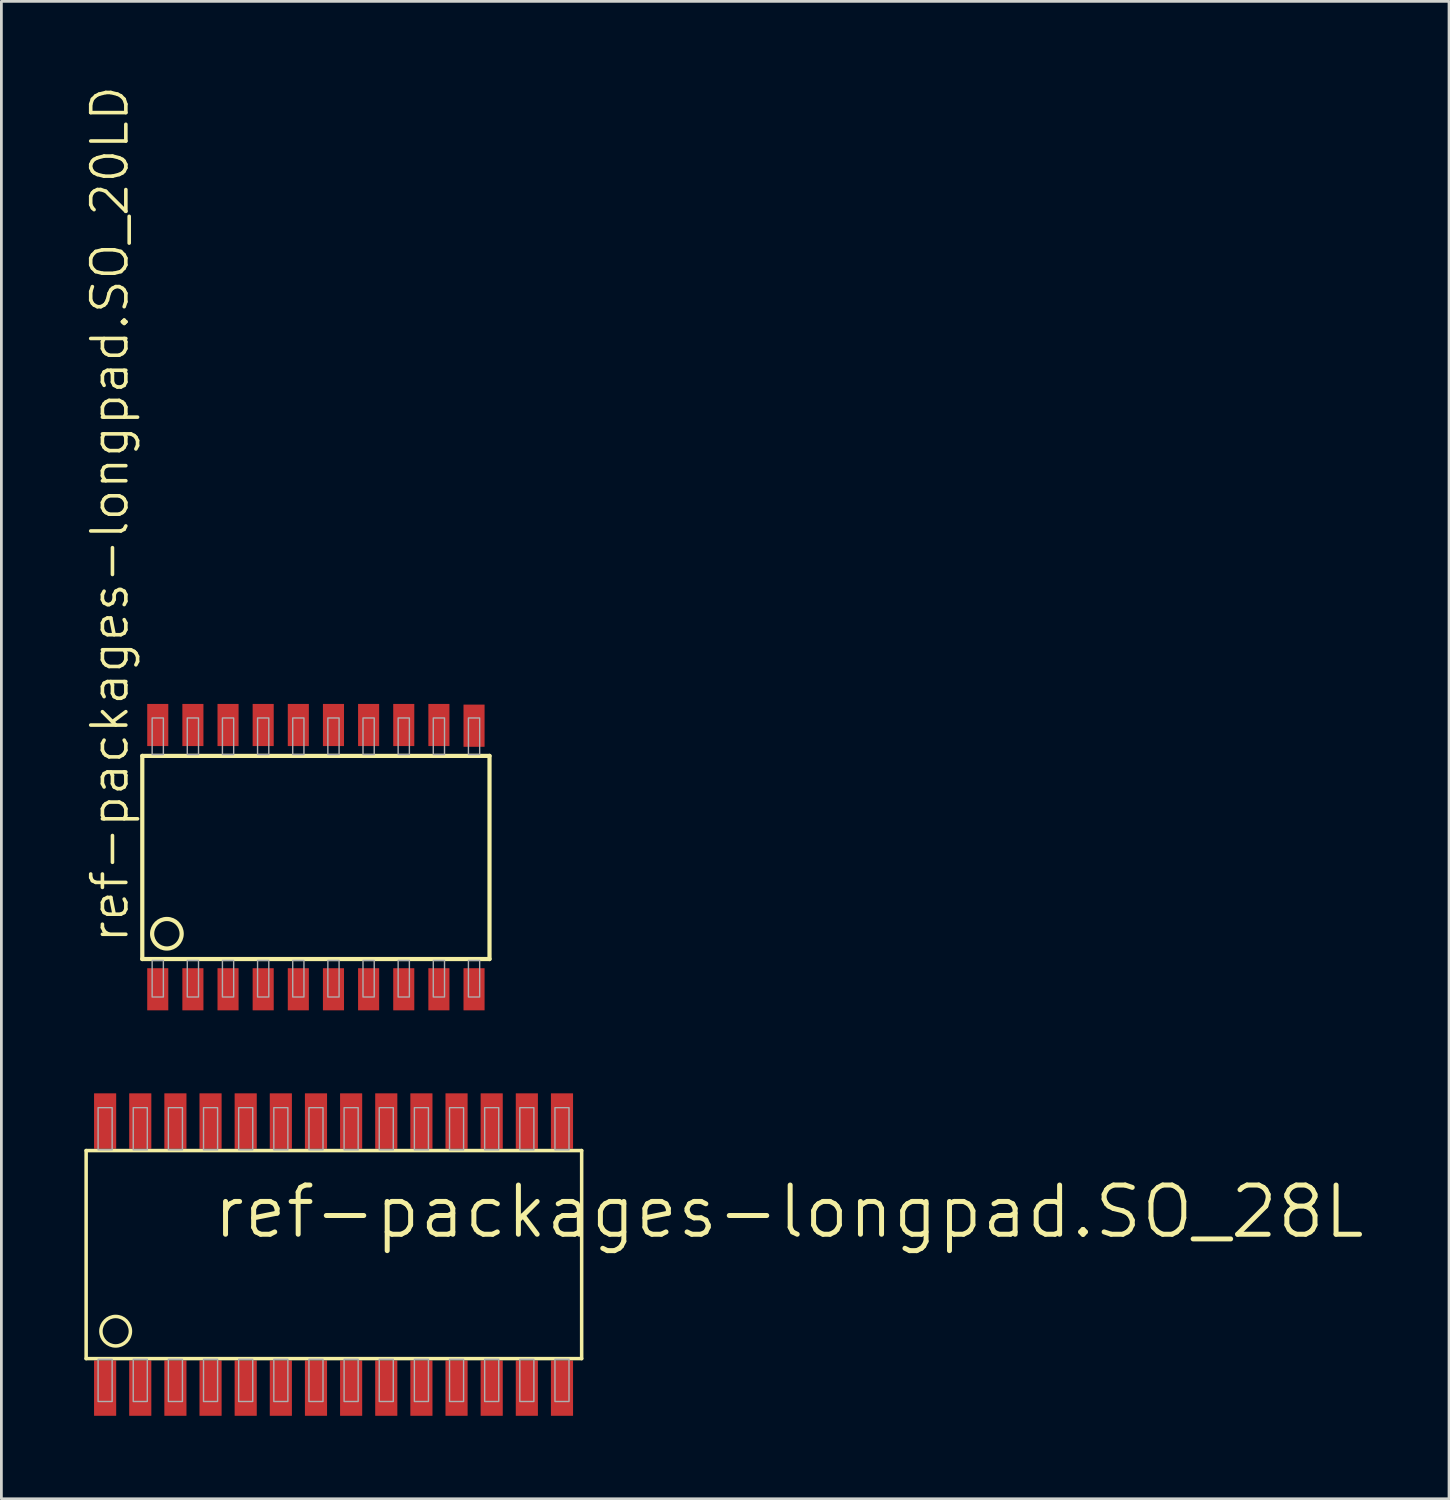
<source format=kicad_pcb>
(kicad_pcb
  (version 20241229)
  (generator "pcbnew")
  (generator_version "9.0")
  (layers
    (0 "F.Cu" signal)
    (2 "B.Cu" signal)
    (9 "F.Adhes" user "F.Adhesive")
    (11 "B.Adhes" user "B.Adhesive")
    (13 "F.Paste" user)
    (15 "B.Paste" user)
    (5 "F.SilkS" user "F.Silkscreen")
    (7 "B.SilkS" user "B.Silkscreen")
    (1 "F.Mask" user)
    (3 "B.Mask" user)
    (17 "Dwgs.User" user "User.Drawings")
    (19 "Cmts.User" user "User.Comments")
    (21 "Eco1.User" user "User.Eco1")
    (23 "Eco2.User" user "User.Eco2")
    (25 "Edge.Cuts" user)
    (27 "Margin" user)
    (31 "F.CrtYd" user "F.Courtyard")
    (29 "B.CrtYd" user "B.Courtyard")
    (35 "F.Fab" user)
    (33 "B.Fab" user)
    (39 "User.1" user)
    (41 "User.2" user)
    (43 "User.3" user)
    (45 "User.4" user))
  (footprint "ref-packages-longpad.SO_28L"
    (layer "F.Cu")
    (at 9.004 42.288)
    (property "Reference" "ref-packages-longpad.SO_28L" (at -4.445 -0.508 0) (layer "F.SilkS") (effects (font (size 1.778 1.778) (thickness 0.18)) (justify left bottom)))
    (attr smd)
    (fp_line (start -8.941 -3.759) (end -8.941 3.759) (stroke (width 0.127) (type default)) (layer "F.SilkS"))
    (fp_line (start -8.941 3.759) (end 8.966 3.759) (stroke (width 0.127) (type default)) (layer "F.SilkS"))
    (fp_line (start 8.966 -3.759) (end -8.941 -3.759) (stroke (width 0.127) (type default)) (layer "F.SilkS"))
    (fp_line (start 8.966 3.759) (end 8.966 -3.759) (stroke (width 0.127) (type default)) (layer "F.SilkS"))
    (fp_circle (center -7.874 2.769) (end -7.341 2.769) (stroke (width 0.127) (type default)) (fill no) (layer "F.SilkS"))
    (fp_rect (start -8.509 -3.785) (end -8.001 -5.309) (stroke (width 0.05) (type default)) (fill no) (layer "F.Fab"))
    (fp_rect (start -8.509 5.309) (end -8.001 3.785) (stroke (width 0.05) (type default)) (fill no) (layer "F.Fab"))
    (fp_rect (start -7.239 -3.785) (end -6.731 -5.309) (stroke (width 0.05) (type default)) (fill no) (layer "F.Fab"))
    (fp_rect (start -7.239 5.309) (end -6.731 3.785) (stroke (width 0.05) (type default)) (fill no) (layer "F.Fab"))
    (fp_rect (start -5.969 -3.785) (end -5.461 -5.309) (stroke (width 0.05) (type default)) (fill no) (layer "F.Fab"))
    (fp_rect (start -5.969 5.309) (end -5.461 3.785) (stroke (width 0.05) (type default)) (fill no) (layer "F.Fab"))
    (fp_rect (start -4.699 -3.785) (end -4.191 -5.309) (stroke (width 0.05) (type default)) (fill no) (layer "F.Fab"))
    (fp_rect (start -4.699 5.309) (end -4.191 3.785) (stroke (width 0.05) (type default)) (fill no) (layer "F.Fab"))
    (fp_rect (start -3.429 -3.785) (end -2.921 -5.309) (stroke (width 0.05) (type default)) (fill no) (layer "F.Fab"))
    (fp_rect (start -3.429 5.309) (end -2.921 3.785) (stroke (width 0.05) (type default)) (fill no) (layer "F.Fab"))
    (fp_rect (start -2.159 -3.785) (end -1.651 -5.309) (stroke (width 0.05) (type default)) (fill no) (layer "F.Fab"))
    (fp_rect (start -2.159 5.309) (end -1.651 3.785) (stroke (width 0.05) (type default)) (fill no) (layer "F.Fab"))
    (fp_rect (start -0.889 -3.785) (end -0.381 -5.309) (stroke (width 0.05) (type default)) (fill no) (layer "F.Fab"))
    (fp_rect (start -0.889 5.309) (end -0.381 3.785) (stroke (width 0.05) (type default)) (fill no) (layer "F.Fab"))
    (fp_rect (start 0.381 -3.785) (end 0.889 -5.309) (stroke (width 0.05) (type default)) (fill no) (layer "F.Fab"))
    (fp_rect (start 0.381 5.309) (end 0.889 3.785) (stroke (width 0.05) (type default)) (fill no) (layer "F.Fab"))
    (fp_rect (start 1.651 -3.785) (end 2.159 -5.309) (stroke (width 0.05) (type default)) (fill no) (layer "F.Fab"))
    (fp_rect (start 1.651 5.309) (end 2.159 3.785) (stroke (width 0.05) (type default)) (fill no) (layer "F.Fab"))
    (fp_rect (start 2.921 -3.785) (end 3.429 -5.309) (stroke (width 0.05) (type default)) (fill no) (layer "F.Fab"))
    (fp_rect (start 2.921 5.309) (end 3.429 3.785) (stroke (width 0.05) (type default)) (fill no) (layer "F.Fab"))
    (fp_rect (start 4.191 -3.785) (end 4.699 -5.309) (stroke (width 0.05) (type default)) (fill no) (layer "F.Fab"))
    (fp_rect (start 4.191 5.309) (end 4.699 3.785) (stroke (width 0.05) (type default)) (fill no) (layer "F.Fab"))
    (fp_rect (start 5.461 -3.785) (end 5.969 -5.309) (stroke (width 0.05) (type default)) (fill no) (layer "F.Fab"))
    (fp_rect (start 5.461 5.309) (end 5.969 3.785) (stroke (width 0.05) (type default)) (fill no) (layer "F.Fab"))
    (fp_rect (start 6.731 -3.785) (end 7.239 -5.309) (stroke (width 0.05) (type default)) (fill no) (layer "F.Fab"))
    (fp_rect (start 6.731 5.309) (end 7.239 3.785) (stroke (width 0.05) (type default)) (fill no) (layer "F.Fab"))
    (fp_rect (start 8.001 -3.785) (end 8.509 -5.309) (stroke (width 0.05) (type default)) (fill no) (layer "F.Fab"))
    (fp_rect (start 8.001 5.309) (end 8.509 3.785) (stroke (width 0.05) (type default)) (fill no) (layer "F.Fab"))
    (pad "1" smd roundrect (at -8.255 4.826) (size 0.8 2) (layers "F.Cu" "F.Mask" "F.Paste") (roundrect_rratio 0.01))
    (pad "2" smd roundrect (at -6.985 4.826) (size 0.8 2) (layers "F.Cu" "F.Mask" "F.Paste") (roundrect_rratio 0.01))
    (pad "3" smd roundrect (at -5.715 4.826) (size 0.8 2) (layers "F.Cu" "F.Mask" "F.Paste") (roundrect_rratio 0.01))
    (pad "4" smd roundrect (at -4.445 4.826) (size 0.8 2) (layers "F.Cu" "F.Mask" "F.Paste") (roundrect_rratio 0.01))
    (pad "5" smd roundrect (at -3.175 4.826) (size 0.8 2) (layers "F.Cu" "F.Mask" "F.Paste") (roundrect_rratio 0.01))
    (pad "6" smd roundrect (at -1.905 4.826) (size 0.8 2) (layers "F.Cu" "F.Mask" "F.Paste") (roundrect_rratio 0.01))
    (pad "7" smd roundrect (at -0.635 4.826) (size 0.8 2) (layers "F.Cu" "F.Mask" "F.Paste") (roundrect_rratio 0.01))
    (pad "8" smd roundrect (at 0.635 4.826) (size 0.8 2) (layers "F.Cu" "F.Mask" "F.Paste") (roundrect_rratio 0.01))
    (pad "9" smd roundrect (at 1.905 4.826) (size 0.8 2) (layers "F.Cu" "F.Mask" "F.Paste") (roundrect_rratio 0.01))
    (pad "10" smd roundrect (at 3.175 4.826) (size 0.8 2) (layers "F.Cu" "F.Mask" "F.Paste") (roundrect_rratio 0.01))
    (pad "11" smd roundrect (at 4.445 4.826) (size 0.8 2) (layers "F.Cu" "F.Mask" "F.Paste") (roundrect_rratio 0.01))
    (pad "12" smd roundrect (at 5.715 4.826) (size 0.8 2) (layers "F.Cu" "F.Mask" "F.Paste") (roundrect_rratio 0.01))
    (pad "13" smd roundrect (at 6.985 4.826) (size 0.8 2) (layers "F.Cu" "F.Mask" "F.Paste") (roundrect_rratio 0.01))
    (pad "14" smd roundrect (at 8.255 4.826) (size 0.8 2) (layers "F.Cu" "F.Mask" "F.Paste") (roundrect_rratio 0.01))
    (pad "15" smd roundrect (at 8.255 -4.826) (size 0.8 2) (layers "F.Cu" "F.Mask" "F.Paste") (roundrect_rratio 0.01))
    (pad "16" smd roundrect (at 6.985 -4.826) (size 0.8 2) (layers "F.Cu" "F.Mask" "F.Paste") (roundrect_rratio 0.01))
    (pad "17" smd roundrect (at 5.715 -4.826) (size 0.8 2) (layers "F.Cu" "F.Mask" "F.Paste") (roundrect_rratio 0.01))
    (pad "18" smd roundrect (at 4.445 -4.826) (size 0.8 2) (layers "F.Cu" "F.Mask" "F.Paste") (roundrect_rratio 0.01))
    (pad "19" smd roundrect (at 3.175 -4.826) (size 0.8 2) (layers "F.Cu" "F.Mask" "F.Paste") (roundrect_rratio 0.01))
    (pad "20" smd roundrect (at 1.905 -4.826) (size 0.8 2) (layers "F.Cu" "F.Mask" "F.Paste") (roundrect_rratio 0.01))
    (pad "21" smd roundrect (at 0.635 -4.826) (size 0.8 2) (layers "F.Cu" "F.Mask" "F.Paste") (roundrect_rratio 0.01))
    (pad "22" smd roundrect (at -0.635 -4.826) (size 0.8 2) (layers "F.Cu" "F.Mask" "F.Paste") (roundrect_rratio 0.01))
    (pad "23" smd roundrect (at -1.905 -4.826) (size 0.8 2) (layers "F.Cu" "F.Mask" "F.Paste") (roundrect_rratio 0.01))
    (pad "24" smd roundrect (at -3.175 -4.826) (size 0.8 2) (layers "F.Cu" "F.Mask" "F.Paste") (roundrect_rratio 0.01))
    (pad "25" smd roundrect (at -4.445 -4.826) (size 0.8 2) (layers "F.Cu" "F.Mask" "F.Paste") (roundrect_rratio 0.01))
    (pad "26" smd roundrect (at -5.715 -4.826) (size 0.8 2) (layers "F.Cu" "F.Mask" "F.Paste") (roundrect_rratio 0.01))
    (pad "27" smd roundrect (at -6.985 -4.826) (size 0.8 2) (layers "F.Cu" "F.Mask" "F.Paste") (roundrect_rratio 0.01))
    (pad "28" smd roundrect (at -8.255 -4.826) (size 0.8 2) (layers "F.Cu" "F.Mask" "F.Paste") (roundrect_rratio 0.01)))
  (footprint "ref-packages-longpad.SO_20LD"
    (layer "F.Cu")
    (at 8.366 27.925)
    (property "Reference" "ref-packages-longpad.SO_20LD" (at -6.706 3.175 90) (layer "F.SilkS") (effects (font (size 1.27 1.27) (thickness 0.13)) (justify left bottom)))
    (attr smd)
    (fp_line (start -6.274 -3.658) (end -6.274 3.683) (stroke (width 0.152) (type default)) (layer "F.SilkS"))
    (fp_line (start -6.274 3.683) (end 6.274 3.683) (stroke (width 0.152) (type default)) (layer "F.SilkS"))
    (fp_line (start 6.274 -3.658) (end -6.274 -3.658) (stroke (width 0.152) (type default)) (layer "F.SilkS"))
    (fp_line (start 6.274 3.683) (end 6.274 -3.658) (stroke (width 0.152) (type default)) (layer "F.SilkS"))
    (fp_circle (center -5.385 2.769) (end -4.851 2.769) (stroke (width 0.152) (type default)) (fill no) (layer "F.SilkS"))
    (fp_rect (start -5.918 -3.708) (end -5.512 -5.029) (stroke (width 0.05) (type default)) (fill no) (layer "F.Fab"))
    (fp_rect (start -5.918 5.055) (end -5.512 3.734) (stroke (width 0.05) (type default)) (fill no) (layer "F.Fab"))
    (fp_rect (start -4.648 -3.708) (end -4.242 -5.029) (stroke (width 0.05) (type default)) (fill no) (layer "F.Fab"))
    (fp_rect (start -4.648 5.055) (end -4.242 3.734) (stroke (width 0.05) (type default)) (fill no) (layer "F.Fab"))
    (fp_rect (start -3.378 -3.708) (end -2.972 -5.029) (stroke (width 0.05) (type default)) (fill no) (layer "F.Fab"))
    (fp_rect (start -3.378 5.055) (end -2.972 3.734) (stroke (width 0.05) (type default)) (fill no) (layer "F.Fab"))
    (fp_rect (start -2.108 -3.708) (end -1.702 -5.029) (stroke (width 0.05) (type default)) (fill no) (layer "F.Fab"))
    (fp_rect (start -2.108 5.055) (end -1.702 3.734) (stroke (width 0.05) (type default)) (fill no) (layer "F.Fab"))
    (fp_rect (start -0.838 -3.708) (end -0.432 -5.029) (stroke (width 0.05) (type default)) (fill no) (layer "F.Fab"))
    (fp_rect (start -0.838 5.055) (end -0.432 3.734) (stroke (width 0.05) (type default)) (fill no) (layer "F.Fab"))
    (fp_rect (start 0.432 -3.708) (end 0.838 -5.029) (stroke (width 0.05) (type default)) (fill no) (layer "F.Fab"))
    (fp_rect (start 0.432 5.055) (end 0.838 3.734) (stroke (width 0.05) (type default)) (fill no) (layer "F.Fab"))
    (fp_rect (start 1.702 -3.708) (end 2.108 -5.029) (stroke (width 0.05) (type default)) (fill no) (layer "F.Fab"))
    (fp_rect (start 1.702 5.055) (end 2.108 3.734) (stroke (width 0.05) (type default)) (fill no) (layer "F.Fab"))
    (fp_rect (start 2.972 -3.708) (end 3.378 -5.029) (stroke (width 0.05) (type default)) (fill no) (layer "F.Fab"))
    (fp_rect (start 2.972 5.055) (end 3.378 3.734) (stroke (width 0.05) (type default)) (fill no) (layer "F.Fab"))
    (fp_rect (start 4.242 -3.708) (end 4.648 -5.029) (stroke (width 0.05) (type default)) (fill no) (layer "F.Fab"))
    (fp_rect (start 4.242 5.055) (end 4.648 3.734) (stroke (width 0.05) (type default)) (fill no) (layer "F.Fab"))
    (fp_rect (start 5.512 -3.708) (end 5.918 -5.029) (stroke (width 0.05) (type default)) (fill no) (layer "F.Fab"))
    (fp_rect (start 5.512 5.055) (end 5.918 3.734) (stroke (width 0.05) (type default)) (fill no) (layer "F.Fab"))
    (pad "1" smd roundrect (at -5.715 4.775) (size 0.762 1.524) (layers "F.Cu" "F.Mask" "F.Paste") (roundrect_rratio 0.01))
    (pad "2" smd roundrect (at -4.445 4.775) (size 0.762 1.524) (layers "F.Cu" "F.Mask" "F.Paste") (roundrect_rratio 0.01))
    (pad "3" smd roundrect (at -3.175 4.775) (size 0.762 1.524) (layers "F.Cu" "F.Mask" "F.Paste") (roundrect_rratio 0.01))
    (pad "4" smd roundrect (at -1.905 4.775) (size 0.762 1.524) (layers "F.Cu" "F.Mask" "F.Paste") (roundrect_rratio 0.01))
    (pad "5" smd roundrect (at -0.635 4.775) (size 0.762 1.524) (layers "F.Cu" "F.Mask" "F.Paste") (roundrect_rratio 0.01))
    (pad "6" smd roundrect (at 0.635 4.775) (size 0.762 1.524) (layers "F.Cu" "F.Mask" "F.Paste") (roundrect_rratio 0.01))
    (pad "7" smd roundrect (at 1.905 4.775) (size 0.762 1.524) (layers "F.Cu" "F.Mask" "F.Paste") (roundrect_rratio 0.01))
    (pad "8" smd roundrect (at 3.175 4.775) (size 0.762 1.524) (layers "F.Cu" "F.Mask" "F.Paste") (roundrect_rratio 0.01))
    (pad "9" smd roundrect (at 4.445 4.775) (size 0.762 1.524) (layers "F.Cu" "F.Mask" "F.Paste") (roundrect_rratio 0.01))
    (pad "10" smd roundrect (at 5.715 4.775) (size 0.762 1.524) (layers "F.Cu" "F.Mask" "F.Paste") (roundrect_rratio 0.01))
    (pad "11" smd roundrect (at 5.715 -4.75) (size 0.762 1.524) (layers "F.Cu" "F.Mask" "F.Paste") (roundrect_rratio 0.01))
    (pad "12" smd roundrect (at 4.445 -4.775) (size 0.762 1.524) (layers "F.Cu" "F.Mask" "F.Paste") (roundrect_rratio 0.01))
    (pad "13" smd roundrect (at 3.175 -4.775) (size 0.762 1.524) (layers "F.Cu" "F.Mask" "F.Paste") (roundrect_rratio 0.01))
    (pad "14" smd roundrect (at 1.905 -4.775) (size 0.762 1.524) (layers "F.Cu" "F.Mask" "F.Paste") (roundrect_rratio 0.01))
    (pad "15" smd roundrect (at 0.635 -4.775) (size 0.762 1.524) (layers "F.Cu" "F.Mask" "F.Paste") (roundrect_rratio 0.01))
    (pad "16" smd roundrect (at -0.635 -4.775) (size 0.762 1.524) (layers "F.Cu" "F.Mask" "F.Paste") (roundrect_rratio 0.01))
    (pad "17" smd roundrect (at -1.905 -4.775) (size 0.762 1.524) (layers "F.Cu" "F.Mask" "F.Paste") (roundrect_rratio 0.01))
    (pad "18" smd roundrect (at -3.175 -4.775) (size 0.762 1.524) (layers "F.Cu" "F.Mask" "F.Paste") (roundrect_rratio 0.01))
    (pad "19" smd roundrect (at -4.445 -4.775) (size 0.762 1.524) (layers "F.Cu" "F.Mask" "F.Paste") (roundrect_rratio 0.01))
    (pad "20" smd roundrect (at -5.715 -4.775) (size 0.762 1.524) (layers "F.Cu" "F.Mask" "F.Paste") (roundrect_rratio 0.01)))
  (gr_rect
    (start -3 -3)
    (end 49.315 51.114)
    (stroke (width 0.1) (type default))
    (fill no)
    (layer "Edge.Cuts")))
</source>
